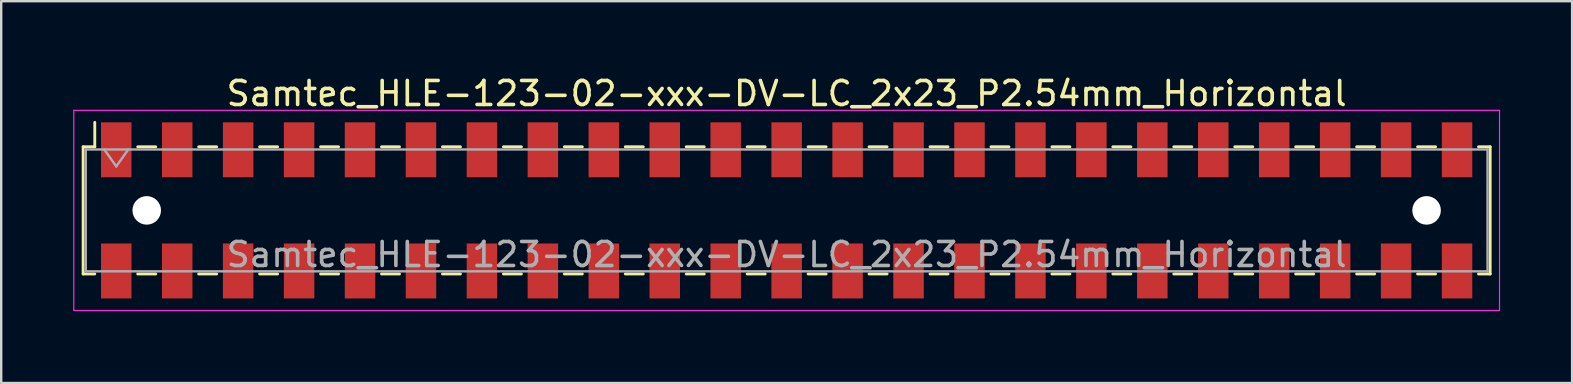
<source format=kicad_pcb>
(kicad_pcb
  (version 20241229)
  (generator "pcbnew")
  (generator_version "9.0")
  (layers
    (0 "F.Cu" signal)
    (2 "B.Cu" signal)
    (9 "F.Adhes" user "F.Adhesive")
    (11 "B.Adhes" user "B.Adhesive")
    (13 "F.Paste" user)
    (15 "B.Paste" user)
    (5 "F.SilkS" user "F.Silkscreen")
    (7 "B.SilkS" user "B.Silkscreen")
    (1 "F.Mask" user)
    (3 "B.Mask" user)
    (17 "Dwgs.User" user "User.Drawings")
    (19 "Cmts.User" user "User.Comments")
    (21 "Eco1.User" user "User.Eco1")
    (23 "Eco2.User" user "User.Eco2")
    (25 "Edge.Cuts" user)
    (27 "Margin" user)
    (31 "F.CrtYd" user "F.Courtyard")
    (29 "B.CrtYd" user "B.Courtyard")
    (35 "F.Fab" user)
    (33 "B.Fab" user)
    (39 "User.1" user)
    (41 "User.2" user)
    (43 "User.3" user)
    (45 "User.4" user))
  (footprint "Samtec_HLE-123-02-xxx-DV-LC_2x23_P2.54mm_Horizontal"
    (layer "F.Cu")
    (at 29.735 5.718)
    (property "Reference" "Samtec_HLE-123-02-xxx-DV-LC_2x23_P2.54mm_Horizontal" (at 0 -4.87 0) (layer "F.SilkS") (effects (font (size 1 1) (thickness 0.15))))
    (attr smd)
    (fp_line (start -29.32 -2.65) (end -29.32 2.65) (stroke (width 0.12) (type solid)) (layer "F.SilkS"))
    (fp_line (start -29.32 2.65) (end -28.835 2.65) (stroke (width 0.12) (type solid)) (layer "F.SilkS"))
    (fp_line (start -28.835 -3.67) (end -28.835 -2.65) (stroke (width 0.12) (type solid)) (layer "F.SilkS"))
    (fp_line (start -28.835 -2.65) (end -29.32 -2.65) (stroke (width 0.12) (type solid)) (layer "F.SilkS"))
    (fp_line (start -27.045 -2.65) (end -26.295 -2.65) (stroke (width 0.12) (type solid)) (layer "F.SilkS"))
    (fp_line (start -27.045 2.65) (end -26.295 2.65) (stroke (width 0.12) (type solid)) (layer "F.SilkS"))
    (fp_line (start -24.505 -2.65) (end -23.755 -2.65) (stroke (width 0.12) (type solid)) (layer "F.SilkS"))
    (fp_line (start -24.505 2.65) (end -23.755 2.65) (stroke (width 0.12) (type solid)) (layer "F.SilkS"))
    (fp_line (start -21.965 -2.65) (end -21.215 -2.65) (stroke (width 0.12) (type solid)) (layer "F.SilkS"))
    (fp_line (start -21.965 2.65) (end -21.215 2.65) (stroke (width 0.12) (type solid)) (layer "F.SilkS"))
    (fp_line (start -19.425 -2.65) (end -18.675 -2.65) (stroke (width 0.12) (type solid)) (layer "F.SilkS"))
    (fp_line (start -19.425 2.65) (end -18.675 2.65) (stroke (width 0.12) (type solid)) (layer "F.SilkS"))
    (fp_line (start -16.885 -2.65) (end -16.135 -2.65) (stroke (width 0.12) (type solid)) (layer "F.SilkS"))
    (fp_line (start -16.885 2.65) (end -16.135 2.65) (stroke (width 0.12) (type solid)) (layer "F.SilkS"))
    (fp_line (start -14.345 -2.65) (end -13.595 -2.65) (stroke (width 0.12) (type solid)) (layer "F.SilkS"))
    (fp_line (start -14.345 2.65) (end -13.595 2.65) (stroke (width 0.12) (type solid)) (layer "F.SilkS"))
    (fp_line (start -11.805 -2.65) (end -11.055 -2.65) (stroke (width 0.12) (type solid)) (layer "F.SilkS"))
    (fp_line (start -11.805 2.65) (end -11.055 2.65) (stroke (width 0.12) (type solid)) (layer "F.SilkS"))
    (fp_line (start -9.265 -2.65) (end -8.515 -2.65) (stroke (width 0.12) (type solid)) (layer "F.SilkS"))
    (fp_line (start -9.265 2.65) (end -8.515 2.65) (stroke (width 0.12) (type solid)) (layer "F.SilkS"))
    (fp_line (start -6.725 -2.65) (end -5.975 -2.65) (stroke (width 0.12) (type solid)) (layer "F.SilkS"))
    (fp_line (start -6.725 2.65) (end -5.975 2.65) (stroke (width 0.12) (type solid)) (layer "F.SilkS"))
    (fp_line (start -4.185 -2.65) (end -3.435 -2.65) (stroke (width 0.12) (type solid)) (layer "F.SilkS"))
    (fp_line (start -4.185 2.65) (end -3.435 2.65) (stroke (width 0.12) (type solid)) (layer "F.SilkS"))
    (fp_line (start -1.645 -2.65) (end -0.895 -2.65) (stroke (width 0.12) (type solid)) (layer "F.SilkS"))
    (fp_line (start -1.645 2.65) (end -0.895 2.65) (stroke (width 0.12) (type solid)) (layer "F.SilkS"))
    (fp_line (start 0.895 -2.65) (end 1.645 -2.65) (stroke (width 0.12) (type solid)) (layer "F.SilkS"))
    (fp_line (start 0.895 2.65) (end 1.645 2.65) (stroke (width 0.12) (type solid)) (layer "F.SilkS"))
    (fp_line (start 3.435 -2.65) (end 4.185 -2.65) (stroke (width 0.12) (type solid)) (layer "F.SilkS"))
    (fp_line (start 3.435 2.65) (end 4.185 2.65) (stroke (width 0.12) (type solid)) (layer "F.SilkS"))
    (fp_line (start 5.975 -2.65) (end 6.725 -2.65) (stroke (width 0.12) (type solid)) (layer "F.SilkS"))
    (fp_line (start 5.975 2.65) (end 6.725 2.65) (stroke (width 0.12) (type solid)) (layer "F.SilkS"))
    (fp_line (start 8.515 -2.65) (end 9.265 -2.65) (stroke (width 0.12) (type solid)) (layer "F.SilkS"))
    (fp_line (start 8.515 2.65) (end 9.265 2.65) (stroke (width 0.12) (type solid)) (layer "F.SilkS"))
    (fp_line (start 11.055 -2.65) (end 11.805 -2.65) (stroke (width 0.12) (type solid)) (layer "F.SilkS"))
    (fp_line (start 11.055 2.65) (end 11.805 2.65) (stroke (width 0.12) (type solid)) (layer "F.SilkS"))
    (fp_line (start 13.595 -2.65) (end 14.345 -2.65) (stroke (width 0.12) (type solid)) (layer "F.SilkS"))
    (fp_line (start 13.595 2.65) (end 14.345 2.65) (stroke (width 0.12) (type solid)) (layer "F.SilkS"))
    (fp_line (start 16.135 -2.65) (end 16.885 -2.65) (stroke (width 0.12) (type solid)) (layer "F.SilkS"))
    (fp_line (start 16.135 2.65) (end 16.885 2.65) (stroke (width 0.12) (type solid)) (layer "F.SilkS"))
    (fp_line (start 18.675 -2.65) (end 19.425 -2.65) (stroke (width 0.12) (type solid)) (layer "F.SilkS"))
    (fp_line (start 18.675 2.65) (end 19.425 2.65) (stroke (width 0.12) (type solid)) (layer "F.SilkS"))
    (fp_line (start 21.215 -2.65) (end 21.965 -2.65) (stroke (width 0.12) (type solid)) (layer "F.SilkS"))
    (fp_line (start 21.215 2.65) (end 21.965 2.65) (stroke (width 0.12) (type solid)) (layer "F.SilkS"))
    (fp_line (start 23.755 -2.65) (end 24.505 -2.65) (stroke (width 0.12) (type solid)) (layer "F.SilkS"))
    (fp_line (start 23.755 2.65) (end 24.505 2.65) (stroke (width 0.12) (type solid)) (layer "F.SilkS"))
    (fp_line (start 26.295 -2.65) (end 27.045 -2.65) (stroke (width 0.12) (type solid)) (layer "F.SilkS"))
    (fp_line (start 26.295 2.65) (end 27.045 2.65) (stroke (width 0.12) (type solid)) (layer "F.SilkS"))
    (fp_line (start 28.835 -2.65) (end 29.32 -2.65) (stroke (width 0.12) (type solid)) (layer "F.SilkS"))
    (fp_line (start 29.32 -2.65) (end 29.32 2.65) (stroke (width 0.12) (type solid)) (layer "F.SilkS"))
    (fp_line (start 29.32 2.65) (end 28.835 2.65) (stroke (width 0.12) (type solid)) (layer "F.SilkS"))
    (fp_line (start -29.71 -4.17) (end 29.71 -4.17) (stroke (width 0.05) (type solid)) (layer "F.CrtYd"))
    (fp_line (start -29.71 4.17) (end -29.71 -4.17) (stroke (width 0.05) (type solid)) (layer "F.CrtYd"))
    (fp_line (start 29.71 -4.17) (end 29.71 4.17) (stroke (width 0.05) (type solid)) (layer "F.CrtYd"))
    (fp_line (start 29.71 4.17) (end -29.71 4.17) (stroke (width 0.05) (type solid)) (layer "F.CrtYd"))
    (fp_line (start -29.21 -2.54) (end 29.21 -2.54) (stroke (width 0.1) (type solid)) (layer "F.Fab"))
    (fp_line (start -29.21 2.54) (end -29.21 -2.54) (stroke (width 0.1) (type solid)) (layer "F.Fab"))
    (fp_line (start -28.44 -2.54) (end -27.94 -1.833) (stroke (width 0.1) (type solid)) (layer "F.Fab"))
    (fp_line (start -27.94 -1.833) (end -27.44 -2.54) (stroke (width 0.1) (type solid)) (layer "F.Fab"))
    (fp_line (start 29.21 -2.54) (end 29.21 2.54) (stroke (width 0.1) (type solid)) (layer "F.Fab"))
    (fp_line (start 29.21 2.54) (end -29.21 2.54) (stroke (width 0.1) (type solid)) (layer "F.Fab"))
    (fp_text user "${REFERENCE}" (at 0 1.84 0) (layer "F.Fab") (effects (font (size 1 1) (thickness 0.15))))
    (pad "" np_thru_hole circle (at -26.67 0) (size 1.19 1.19) (drill 1.19) (layers "*.Cu" "*.Mask"))
    (pad "" np_thru_hole circle (at 26.67 0) (size 1.19 1.19) (drill 1.19) (layers "*.Cu" "*.Mask"))
    (pad "1" smd rect (at -27.94 -2.525) (size 1.27 2.29) (layers "F.Cu" "F.Mask" "F.Paste"))
    (pad "2" smd rect (at -27.94 2.525) (size 1.27 2.29) (layers "F.Cu" "F.Mask" "F.Paste"))
    (pad "3" smd rect (at -25.4 -2.525) (size 1.27 2.29) (layers "F.Cu" "F.Mask" "F.Paste"))
    (pad "4" smd rect (at -25.4 2.525) (size 1.27 2.29) (layers "F.Cu" "F.Mask" "F.Paste"))
    (pad "5" smd rect (at -22.86 -2.525) (size 1.27 2.29) (layers "F.Cu" "F.Mask" "F.Paste"))
    (pad "6" smd rect (at -22.86 2.525) (size 1.27 2.29) (layers "F.Cu" "F.Mask" "F.Paste"))
    (pad "7" smd rect (at -20.32 -2.525) (size 1.27 2.29) (layers "F.Cu" "F.Mask" "F.Paste"))
    (pad "8" smd rect (at -20.32 2.525) (size 1.27 2.29) (layers "F.Cu" "F.Mask" "F.Paste"))
    (pad "9" smd rect (at -17.78 -2.525) (size 1.27 2.29) (layers "F.Cu" "F.Mask" "F.Paste"))
    (pad "10" smd rect (at -17.78 2.525) (size 1.27 2.29) (layers "F.Cu" "F.Mask" "F.Paste"))
    (pad "11" smd rect (at -15.24 -2.525) (size 1.27 2.29) (layers "F.Cu" "F.Mask" "F.Paste"))
    (pad "12" smd rect (at -15.24 2.525) (size 1.27 2.29) (layers "F.Cu" "F.Mask" "F.Paste"))
    (pad "13" smd rect (at -12.7 -2.525) (size 1.27 2.29) (layers "F.Cu" "F.Mask" "F.Paste"))
    (pad "14" smd rect (at -12.7 2.525) (size 1.27 2.29) (layers "F.Cu" "F.Mask" "F.Paste"))
    (pad "15" smd rect (at -10.16 -2.525) (size 1.27 2.29) (layers "F.Cu" "F.Mask" "F.Paste"))
    (pad "16" smd rect (at -10.16 2.525) (size 1.27 2.29) (layers "F.Cu" "F.Mask" "F.Paste"))
    (pad "17" smd rect (at -7.62 -2.525) (size 1.27 2.29) (layers "F.Cu" "F.Mask" "F.Paste"))
    (pad "18" smd rect (at -7.62 2.525) (size 1.27 2.29) (layers "F.Cu" "F.Mask" "F.Paste"))
    (pad "19" smd rect (at -5.08 -2.525) (size 1.27 2.29) (layers "F.Cu" "F.Mask" "F.Paste"))
    (pad "20" smd rect (at -5.08 2.525) (size 1.27 2.29) (layers "F.Cu" "F.Mask" "F.Paste"))
    (pad "21" smd rect (at -2.54 -2.525) (size 1.27 2.29) (layers "F.Cu" "F.Mask" "F.Paste"))
    (pad "22" smd rect (at -2.54 2.525) (size 1.27 2.29) (layers "F.Cu" "F.Mask" "F.Paste"))
    (pad "23" smd rect (at 0 -2.525) (size 1.27 2.29) (layers "F.Cu" "F.Mask" "F.Paste"))
    (pad "24" smd rect (at 0 2.525) (size 1.27 2.29) (layers "F.Cu" "F.Mask" "F.Paste"))
    (pad "25" smd rect (at 2.54 -2.525) (size 1.27 2.29) (layers "F.Cu" "F.Mask" "F.Paste"))
    (pad "26" smd rect (at 2.54 2.525) (size 1.27 2.29) (layers "F.Cu" "F.Mask" "F.Paste"))
    (pad "27" smd rect (at 5.08 -2.525) (size 1.27 2.29) (layers "F.Cu" "F.Mask" "F.Paste"))
    (pad "28" smd rect (at 5.08 2.525) (size 1.27 2.29) (layers "F.Cu" "F.Mask" "F.Paste"))
    (pad "29" smd rect (at 7.62 -2.525) (size 1.27 2.29) (layers "F.Cu" "F.Mask" "F.Paste"))
    (pad "30" smd rect (at 7.62 2.525) (size 1.27 2.29) (layers "F.Cu" "F.Mask" "F.Paste"))
    (pad "31" smd rect (at 10.16 -2.525) (size 1.27 2.29) (layers "F.Cu" "F.Mask" "F.Paste"))
    (pad "32" smd rect (at 10.16 2.525) (size 1.27 2.29) (layers "F.Cu" "F.Mask" "F.Paste"))
    (pad "33" smd rect (at 12.7 -2.525) (size 1.27 2.29) (layers "F.Cu" "F.Mask" "F.Paste"))
    (pad "34" smd rect (at 12.7 2.525) (size 1.27 2.29) (layers "F.Cu" "F.Mask" "F.Paste"))
    (pad "35" smd rect (at 15.24 -2.525) (size 1.27 2.29) (layers "F.Cu" "F.Mask" "F.Paste"))
    (pad "36" smd rect (at 15.24 2.525) (size 1.27 2.29) (layers "F.Cu" "F.Mask" "F.Paste"))
    (pad "37" smd rect (at 17.78 -2.525) (size 1.27 2.29) (layers "F.Cu" "F.Mask" "F.Paste"))
    (pad "38" smd rect (at 17.78 2.525) (size 1.27 2.29) (layers "F.Cu" "F.Mask" "F.Paste"))
    (pad "39" smd rect (at 20.32 -2.525) (size 1.27 2.29) (layers "F.Cu" "F.Mask" "F.Paste"))
    (pad "40" smd rect (at 20.32 2.525) (size 1.27 2.29) (layers "F.Cu" "F.Mask" "F.Paste"))
    (pad "41" smd rect (at 22.86 -2.525) (size 1.27 2.29) (layers "F.Cu" "F.Mask" "F.Paste"))
    (pad "42" smd rect (at 22.86 2.525) (size 1.27 2.29) (layers "F.Cu" "F.Mask" "F.Paste"))
    (pad "43" smd rect (at 25.4 -2.525) (size 1.27 2.29) (layers "F.Cu" "F.Mask" "F.Paste"))
    (pad "44" smd rect (at 25.4 2.525) (size 1.27 2.29) (layers "F.Cu" "F.Mask" "F.Paste"))
    (pad "45" smd rect (at 27.94 -2.525) (size 1.27 2.29) (layers "F.Cu" "F.Mask" "F.Paste"))
    (pad "46" smd rect (at 27.94 2.525) (size 1.27 2.29) (layers "F.Cu" "F.Mask" "F.Paste")))
  (gr_rect
    (start -3 -3)
    (end 62.47 12.913)
    (stroke (width 0.1) (type default))
    (fill no)
    (layer "Edge.Cuts")))
</source>
